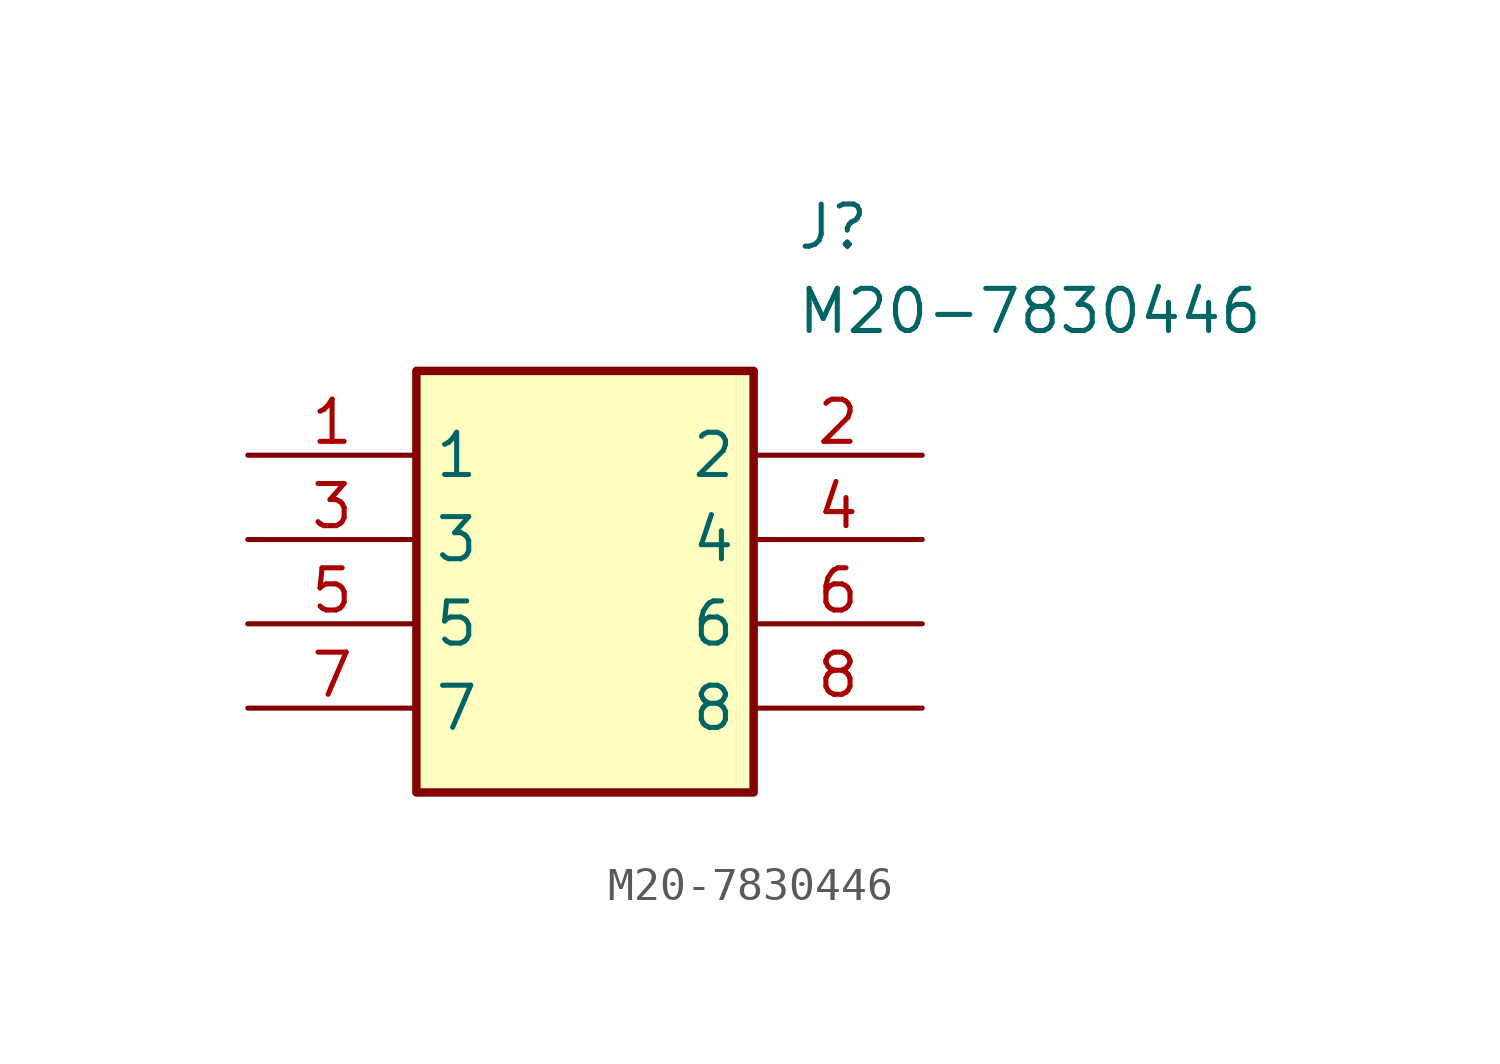
<source format=kicad_sym>
(kicad_symbol_lib
  (version 20211014)
  (generator SamacSys_ECAD_Model)
  (symbol "M20-7830446"
    (property "Reference" "J"
      (at 16.51 7.62 0)
      (effects (font (size 1.27 1.27)) (justify left top)))
    (property "Value" "M20-7830446"
      (at 16.51 5.08 0)
      (effects (font (size 1.27 1.27)) (justify left top)))
    (rectangle
      (start 5.08 2.54)
      (end 15.24 -10.16)
      (stroke (width 0.254) (type default))
      (fill (type background)))
    (pin passive line
      (at 0 0 0)
      (length 5.08)
      (name "1" (effects (font (size 1.27 1.27))))
      (number "1" (effects (font (size 1.27 1.27)))))
    (pin passive line
      (at 0 -2.54 0)
      (length 5.08)
      (name "3" (effects (font (size 1.27 1.27))))
      (number "3" (effects (font (size 1.27 1.27)))))
    (pin passive line
      (at 0 -5.08 0)
      (length 5.08)
      (name "5" (effects (font (size 1.27 1.27))))
      (number "5" (effects (font (size 1.27 1.27)))))
    (pin passive line
      (at 0 -7.62 0)
      (length 5.08)
      (name "7" (effects (font (size 1.27 1.27))))
      (number "7" (effects (font (size 1.27 1.27)))))
    (pin passive line
      (at 20.32 0 180)
      (length 5.08)
      (name "2" (effects (font (size 1.27 1.27))))
      (number "2" (effects (font (size 1.27 1.27)))))
    (pin passive line
      (at 20.32 -2.54 180)
      (length 5.08)
      (name "4" (effects (font (size 1.27 1.27))))
      (number "4" (effects (font (size 1.27 1.27)))))
    (pin passive line
      (at 20.32 -5.08 180)
      (length 5.08)
      (name "6" (effects (font (size 1.27 1.27))))
      (number "6" (effects (font (size 1.27 1.27)))))
    (pin passive line
      (at 20.32 -7.62 180)
      (length 5.08)
      (name "8" (effects (font (size 1.27 1.27))))
      (number "8" (effects (font (size 1.27 1.27)))))))
</source>
